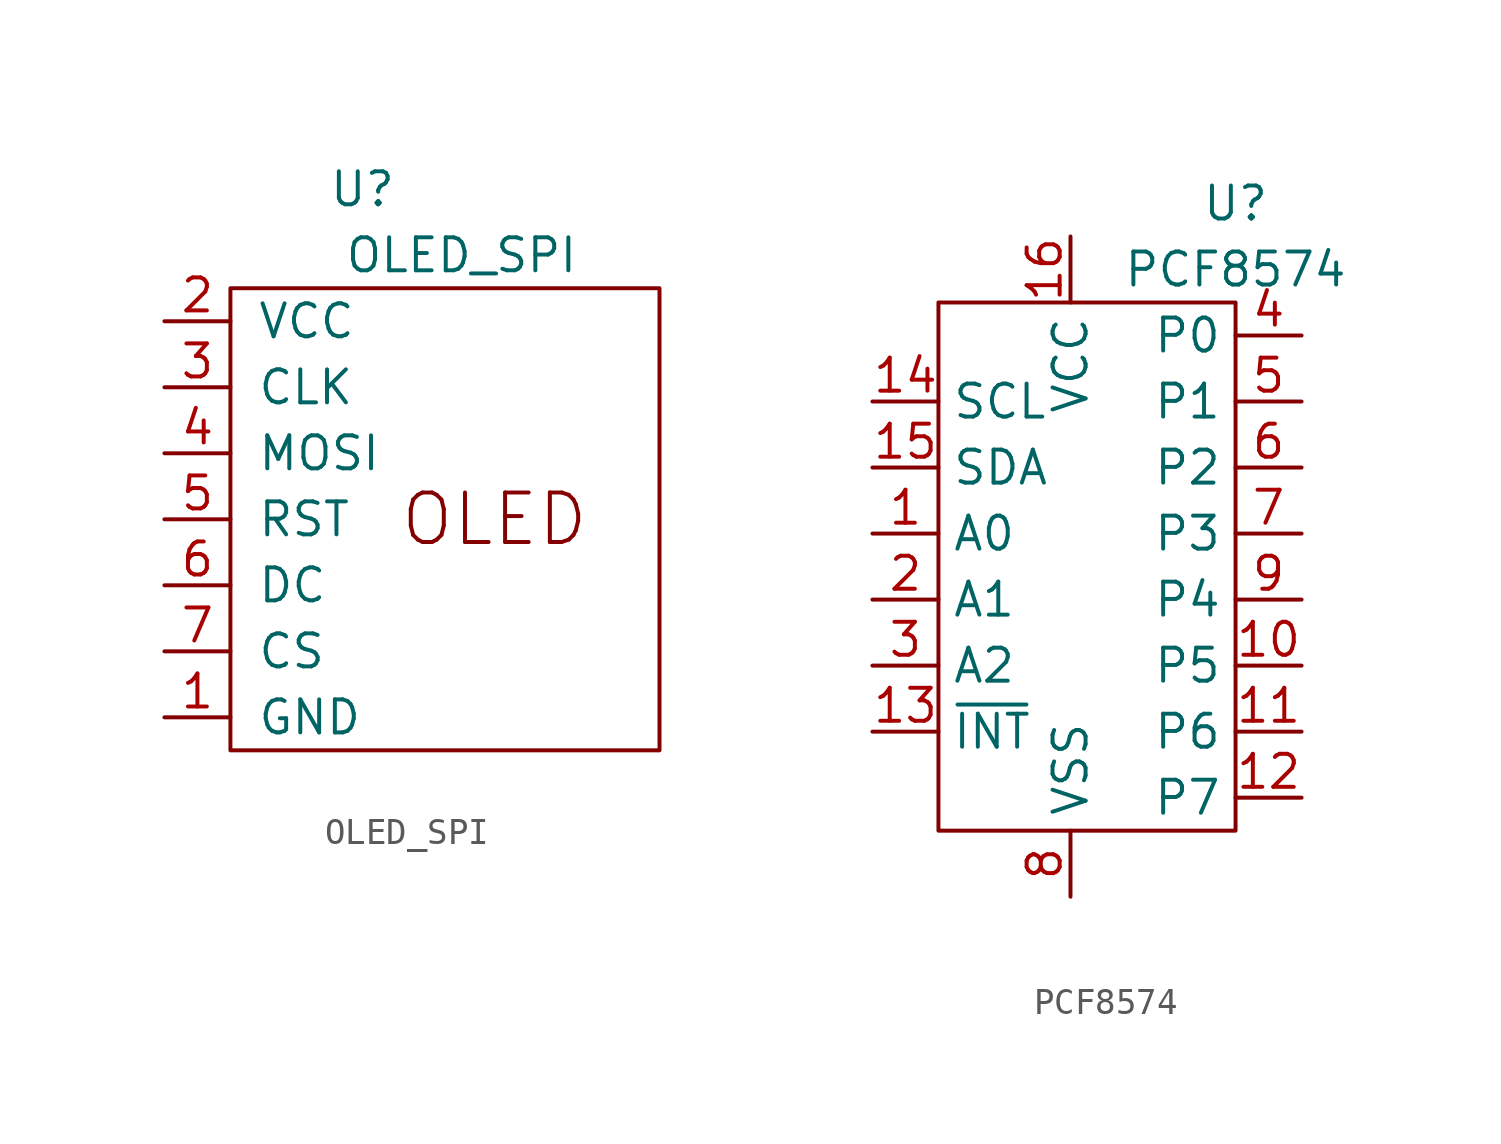
<source format=kicad_sym>
(kicad_symbol_lib
  (version 20211014)
  (generator kicad_symbol_editor)
  (symbol "OLED_SPI"
    (pin_names
      (offset 1.016))
    (property "Reference" "U"
      (at -3.81 12.7 0)
      (effects (font (size 1.27 1.27))))
    (property "Value" "OLED_SPI"
      (at 0 10.16 0)
      (effects (font (size 1.27 1.27))))
    (symbol "OLED_SPI_0_0"
      (text "OLED" (at 1.27 0 0) (effects (font (size 1.905 1.905)))))
    (symbol "OLED_SPI_0_1"
      (rectangle (start -8.89 8.89) (end 7.62 -8.89) (stroke (width 0) (type default) (color 0 0 0 0)) (fill (type none))))
    (symbol "OLED_SPI_1_1"
      (pin power_in line (at -11.43 -7.62 0) (length 2.54) (name "GND" (effects (font (size 1.27 1.27)))) (number "1" (effects (font (size 1.27 1.27)))))
      (pin power_in line (at -11.43 7.62 0) (length 2.54) (name "VCC" (effects (font (size 1.27 1.27)))) (number "2" (effects (font (size 1.27 1.27)))))
      (pin input line (at -11.43 5.08 0) (length 2.54) (name "CLK" (effects (font (size 1.27 1.27)))) (number "3" (effects (font (size 1.27 1.27)))))
      (pin input line (at -11.43 2.54 0) (length 2.54) (name "MOSI" (effects (font (size 1.27 1.27)))) (number "4" (effects (font (size 1.27 1.27)))))
      (pin input line (at -11.43 0 0) (length 2.54) (name "RST" (effects (font (size 1.27 1.27)))) (number "5" (effects (font (size 1.27 1.27)))))
      (pin input line (at -11.43 -2.54 0) (length 2.54) (name "DC" (effects (font (size 1.27 1.27)))) (number "6" (effects (font (size 1.27 1.27)))))
      (pin input line (at -11.43 -5.08 0) (length 2.54) (name "CS" (effects (font (size 1.27 1.27)))) (number "7" (effects (font (size 1.27 1.27)))))))
  (symbol "PCF8574"
    (property "Reference" "U"
      (at 6.35 13.97 0)
      (effects (font (size 1.27 1.27))))
    (property "Value" "PCF8574"
      (at 6.35 11.43 0)
      (effects (font (size 1.27 1.27))))
    (symbol "PCF8574_0_1"
      (rectangle (start -5.08 10.16) (end 6.35 -10.16) (stroke (width 0.152) (type default) (color 0 0 0 0)) (fill (type none))))
    (symbol "PCF8574_1_1"
      (pin input line (at -7.62 1.27 0) (length 2.54) (name "A0" (effects (font (size 1.27 1.27)))) (number "1" (effects (font (size 1.27 1.27)))))
      (pin bidirectional line (at 8.89 -3.81 180) (length 2.54) (name "P5" (effects (font (size 1.27 1.27)))) (number "10" (effects (font (size 1.27 1.27)))))
      (pin bidirectional line (at 8.89 -6.35 180) (length 2.54) (name "P6" (effects (font (size 1.27 1.27)))) (number "11" (effects (font (size 1.27 1.27)))))
      (pin bidirectional line (at 8.89 -8.89 180) (length 2.54) (name "P7" (effects (font (size 1.27 1.27)))) (number "12" (effects (font (size 1.27 1.27)))))
      (pin bidirectional line (at -7.62 -6.35 0) (length 2.54) (name "~{INT}" (effects (font (size 1.27 1.27)))) (number "13" (effects (font (size 1.27 1.27)))))
      (pin input line (at -7.62 6.35 0) (length 2.54) (name "SCL" (effects (font (size 1.27 1.27)))) (number "14" (effects (font (size 1.27 1.27)))))
      (pin bidirectional line (at -7.62 3.81 0) (length 2.54) (name "SDA" (effects (font (size 1.27 1.27)))) (number "15" (effects (font (size 1.27 1.27)))))
      (pin power_in line (at 0 12.7 270) (length 2.54) (name "VCC" (effects (font (size 1.27 1.27)))) (number "16" (effects (font (size 1.27 1.27)))))
      (pin input line (at -7.62 -1.27 0) (length 2.54) (name "A1" (effects (font (size 1.27 1.27)))) (number "2" (effects (font (size 1.27 1.27)))))
      (pin input line (at -7.62 -3.81 0) (length 2.54) (name "A2" (effects (font (size 1.27 1.27)))) (number "3" (effects (font (size 1.27 1.27)))))
      (pin bidirectional line (at 8.89 8.89 180) (length 2.54) (name "P0" (effects (font (size 1.27 1.27)))) (number "4" (effects (font (size 1.27 1.27)))))
      (pin bidirectional line (at 8.89 6.35 180) (length 2.54) (name "P1" (effects (font (size 1.27 1.27)))) (number "5" (effects (font (size 1.27 1.27)))))
      (pin bidirectional line (at 8.89 3.81 180) (length 2.54) (name "P2" (effects (font (size 1.27 1.27)))) (number "6" (effects (font (size 1.27 1.27)))))
      (pin bidirectional line (at 8.89 1.27 180) (length 2.54) (name "P3" (effects (font (size 1.27 1.27)))) (number "7" (effects (font (size 1.27 1.27)))))
      (pin power_in line (at 0 -12.7 90) (length 2.54) (name "VSS" (effects (font (size 1.27 1.27)))) (number "8" (effects (font (size 1.27 1.27)))))
      (pin bidirectional line (at 8.89 -1.27 180) (length 2.54) (name "P4" (effects (font (size 1.27 1.27)))) (number "9" (effects (font (size 1.27 1.27))))))))
</source>
